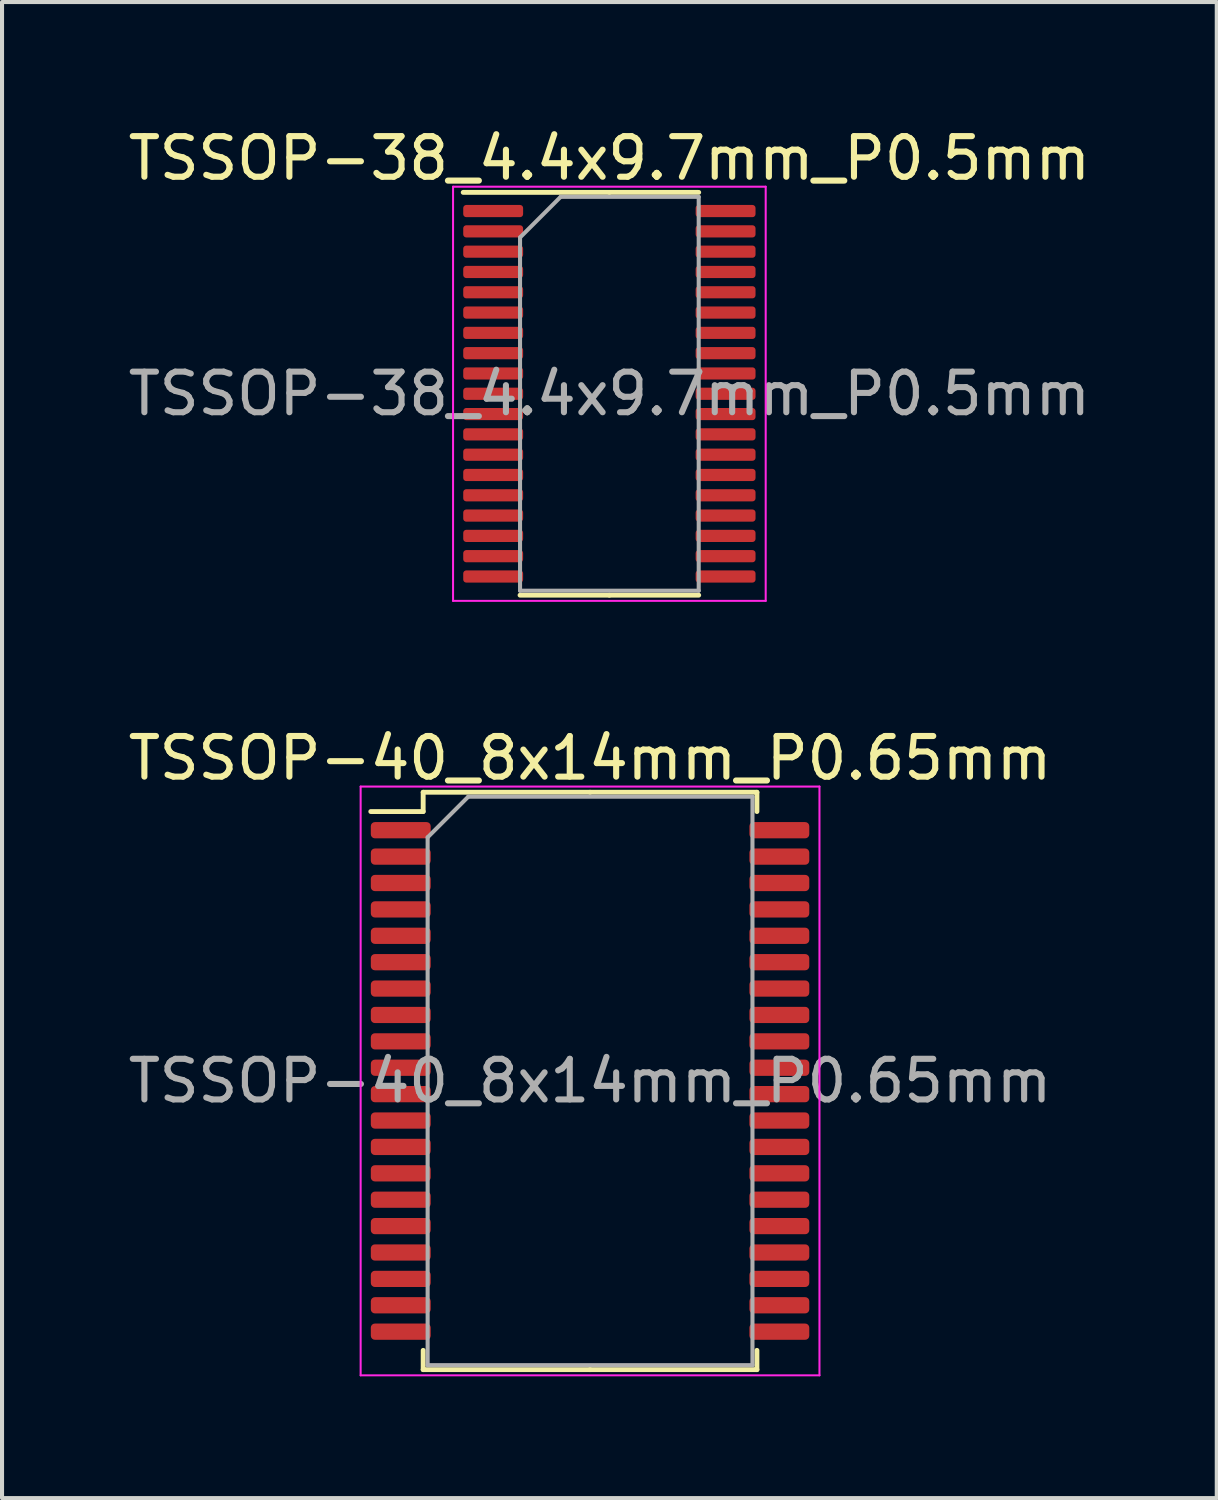
<source format=kicad_pcb>
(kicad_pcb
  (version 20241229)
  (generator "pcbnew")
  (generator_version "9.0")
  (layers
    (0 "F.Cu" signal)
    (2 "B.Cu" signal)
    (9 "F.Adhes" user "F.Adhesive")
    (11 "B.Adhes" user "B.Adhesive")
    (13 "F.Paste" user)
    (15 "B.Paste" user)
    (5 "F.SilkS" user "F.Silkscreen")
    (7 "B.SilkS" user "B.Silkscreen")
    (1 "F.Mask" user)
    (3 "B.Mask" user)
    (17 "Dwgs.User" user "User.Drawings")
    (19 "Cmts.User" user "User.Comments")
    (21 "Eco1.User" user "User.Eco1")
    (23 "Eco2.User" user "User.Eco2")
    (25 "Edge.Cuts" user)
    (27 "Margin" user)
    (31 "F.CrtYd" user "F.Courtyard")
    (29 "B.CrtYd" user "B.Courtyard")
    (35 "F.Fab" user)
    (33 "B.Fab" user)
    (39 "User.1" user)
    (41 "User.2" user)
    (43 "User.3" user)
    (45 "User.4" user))
  (footprint "TSSOP-38_4.4x9.7mm_P0.5mm"
    (layer "F.Cu")
    (at 11.958 6.648)
    (property "Reference" "TSSOP-38_4.4x9.7mm_P0.5mm" (at 0 -5.8 0) (layer "F.SilkS") (effects (font (size 1 1) (thickness 0.15))))
    (attr smd)
    (fp_line (start 0 -4.96) (end -3.6 -4.96) (stroke (width 0.12) (type solid)) (layer "F.SilkS"))
    (fp_line (start 0 -4.96) (end 2.2 -4.96) (stroke (width 0.12) (type solid)) (layer "F.SilkS"))
    (fp_line (start 0 4.96) (end -2.2 4.96) (stroke (width 0.12) (type solid)) (layer "F.SilkS"))
    (fp_line (start 0 4.96) (end 2.2 4.96) (stroke (width 0.12) (type solid)) (layer "F.SilkS"))
    (fp_line (start -3.85 -5.1) (end -3.85 5.1) (stroke (width 0.05) (type solid)) (layer "F.CrtYd"))
    (fp_line (start -3.85 5.1) (end 3.85 5.1) (stroke (width 0.05) (type solid)) (layer "F.CrtYd"))
    (fp_line (start 3.85 -5.1) (end -3.85 -5.1) (stroke (width 0.05) (type solid)) (layer "F.CrtYd"))
    (fp_line (start 3.85 5.1) (end 3.85 -5.1) (stroke (width 0.05) (type solid)) (layer "F.CrtYd"))
    (fp_line (start -2.2 -3.85) (end -1.2 -4.85) (stroke (width 0.1) (type solid)) (layer "F.Fab"))
    (fp_line (start -2.2 4.85) (end -2.2 -3.85) (stroke (width 0.1) (type solid)) (layer "F.Fab"))
    (fp_line (start -1.2 -4.85) (end 2.2 -4.85) (stroke (width 0.1) (type solid)) (layer "F.Fab"))
    (fp_line (start 2.2 -4.85) (end 2.2 4.85) (stroke (width 0.1) (type solid)) (layer "F.Fab"))
    (fp_line (start 2.2 4.85) (end -2.2 4.85) (stroke (width 0.1) (type solid)) (layer "F.Fab"))
    (fp_text user "${REFERENCE}" (at 0 0 0) (layer "F.Fab") (effects (font (size 1 1) (thickness 0.15))))
    (pad "1" smd roundrect (at -2.862 -4.5) (size 1.475 0.3) (layers "F.Cu" "F.Mask" "F.Paste") (roundrect_rratio 0.25))
    (pad "2" smd roundrect (at -2.862 -4) (size 1.475 0.3) (layers "F.Cu" "F.Mask" "F.Paste") (roundrect_rratio 0.25))
    (pad "3" smd roundrect (at -2.862 -3.5) (size 1.475 0.3) (layers "F.Cu" "F.Mask" "F.Paste") (roundrect_rratio 0.25))
    (pad "4" smd roundrect (at -2.862 -3) (size 1.475 0.3) (layers "F.Cu" "F.Mask" "F.Paste") (roundrect_rratio 0.25))
    (pad "5" smd roundrect (at -2.862 -2.5) (size 1.475 0.3) (layers "F.Cu" "F.Mask" "F.Paste") (roundrect_rratio 0.25))
    (pad "6" smd roundrect (at -2.862 -2) (size 1.475 0.3) (layers "F.Cu" "F.Mask" "F.Paste") (roundrect_rratio 0.25))
    (pad "7" smd roundrect (at -2.862 -1.5) (size 1.475 0.3) (layers "F.Cu" "F.Mask" "F.Paste") (roundrect_rratio 0.25))
    (pad "8" smd roundrect (at -2.862 -1) (size 1.475 0.3) (layers "F.Cu" "F.Mask" "F.Paste") (roundrect_rratio 0.25))
    (pad "9" smd roundrect (at -2.862 -0.5) (size 1.475 0.3) (layers "F.Cu" "F.Mask" "F.Paste") (roundrect_rratio 0.25))
    (pad "10" smd roundrect (at -2.862 0) (size 1.475 0.3) (layers "F.Cu" "F.Mask" "F.Paste") (roundrect_rratio 0.25))
    (pad "11" smd roundrect (at -2.862 0.5) (size 1.475 0.3) (layers "F.Cu" "F.Mask" "F.Paste") (roundrect_rratio 0.25))
    (pad "12" smd roundrect (at -2.862 1) (size 1.475 0.3) (layers "F.Cu" "F.Mask" "F.Paste") (roundrect_rratio 0.25))
    (pad "13" smd roundrect (at -2.862 1.5) (size 1.475 0.3) (layers "F.Cu" "F.Mask" "F.Paste") (roundrect_rratio 0.25))
    (pad "14" smd roundrect (at -2.862 2) (size 1.475 0.3) (layers "F.Cu" "F.Mask" "F.Paste") (roundrect_rratio 0.25))
    (pad "15" smd roundrect (at -2.862 2.5) (size 1.475 0.3) (layers "F.Cu" "F.Mask" "F.Paste") (roundrect_rratio 0.25))
    (pad "16" smd roundrect (at -2.862 3) (size 1.475 0.3) (layers "F.Cu" "F.Mask" "F.Paste") (roundrect_rratio 0.25))
    (pad "17" smd roundrect (at -2.862 3.5) (size 1.475 0.3) (layers "F.Cu" "F.Mask" "F.Paste") (roundrect_rratio 0.25))
    (pad "18" smd roundrect (at -2.862 4) (size 1.475 0.3) (layers "F.Cu" "F.Mask" "F.Paste") (roundrect_rratio 0.25))
    (pad "19" smd roundrect (at -2.862 4.5) (size 1.475 0.3) (layers "F.Cu" "F.Mask" "F.Paste") (roundrect_rratio 0.25))
    (pad "20" smd roundrect (at 2.862 4.5) (size 1.475 0.3) (layers "F.Cu" "F.Mask" "F.Paste") (roundrect_rratio 0.25))
    (pad "21" smd roundrect (at 2.862 4) (size 1.475 0.3) (layers "F.Cu" "F.Mask" "F.Paste") (roundrect_rratio 0.25))
    (pad "22" smd roundrect (at 2.862 3.5) (size 1.475 0.3) (layers "F.Cu" "F.Mask" "F.Paste") (roundrect_rratio 0.25))
    (pad "23" smd roundrect (at 2.862 3) (size 1.475 0.3) (layers "F.Cu" "F.Mask" "F.Paste") (roundrect_rratio 0.25))
    (pad "24" smd roundrect (at 2.862 2.5) (size 1.475 0.3) (layers "F.Cu" "F.Mask" "F.Paste") (roundrect_rratio 0.25))
    (pad "25" smd roundrect (at 2.862 2) (size 1.475 0.3) (layers "F.Cu" "F.Mask" "F.Paste") (roundrect_rratio 0.25))
    (pad "26" smd roundrect (at 2.862 1.5) (size 1.475 0.3) (layers "F.Cu" "F.Mask" "F.Paste") (roundrect_rratio 0.25))
    (pad "27" smd roundrect (at 2.862 1) (size 1.475 0.3) (layers "F.Cu" "F.Mask" "F.Paste") (roundrect_rratio 0.25))
    (pad "28" smd roundrect (at 2.862 0.5) (size 1.475 0.3) (layers "F.Cu" "F.Mask" "F.Paste") (roundrect_rratio 0.25))
    (pad "29" smd roundrect (at 2.862 0) (size 1.475 0.3) (layers "F.Cu" "F.Mask" "F.Paste") (roundrect_rratio 0.25))
    (pad "30" smd roundrect (at 2.862 -0.5) (size 1.475 0.3) (layers "F.Cu" "F.Mask" "F.Paste") (roundrect_rratio 0.25))
    (pad "31" smd roundrect (at 2.862 -1) (size 1.475 0.3) (layers "F.Cu" "F.Mask" "F.Paste") (roundrect_rratio 0.25))
    (pad "32" smd roundrect (at 2.862 -1.5) (size 1.475 0.3) (layers "F.Cu" "F.Mask" "F.Paste") (roundrect_rratio 0.25))
    (pad "33" smd roundrect (at 2.862 -2) (size 1.475 0.3) (layers "F.Cu" "F.Mask" "F.Paste") (roundrect_rratio 0.25))
    (pad "34" smd roundrect (at 2.862 -2.5) (size 1.475 0.3) (layers "F.Cu" "F.Mask" "F.Paste") (roundrect_rratio 0.25))
    (pad "35" smd roundrect (at 2.862 -3) (size 1.475 0.3) (layers "F.Cu" "F.Mask" "F.Paste") (roundrect_rratio 0.25))
    (pad "36" smd roundrect (at 2.862 -3.5) (size 1.475 0.3) (layers "F.Cu" "F.Mask" "F.Paste") (roundrect_rratio 0.25))
    (pad "37" smd roundrect (at 2.862 -4) (size 1.475 0.3) (layers "F.Cu" "F.Mask" "F.Paste") (roundrect_rratio 0.25))
    (pad "38" smd roundrect (at 2.862 -4.5) (size 1.475 0.3) (layers "F.Cu" "F.Mask" "F.Paste") (roundrect_rratio 0.25)))
  (footprint "TSSOP-40_8x14mm_P0.65mm"
    (layer "F.Cu")
    (at 11.482 23.572)
    (property "Reference" "TSSOP-40_8x14mm_P0.65mm" (at 0 -7.95 0) (layer "F.SilkS") (effects (font (size 1 1) (thickness 0.15))))
    (attr smd)
    (fp_line (start -4.11 -7.11) (end -4.11 -6.635) (stroke (width 0.12) (type solid)) (layer "F.SilkS"))
    (fp_line (start -4.11 -6.635) (end -5.4 -6.635) (stroke (width 0.12) (type solid)) (layer "F.SilkS"))
    (fp_line (start -4.11 7.11) (end -4.11 6.635) (stroke (width 0.12) (type solid)) (layer "F.SilkS"))
    (fp_line (start 0 -7.11) (end -4.11 -7.11) (stroke (width 0.12) (type solid)) (layer "F.SilkS"))
    (fp_line (start 0 -7.11) (end 4.11 -7.11) (stroke (width 0.12) (type solid)) (layer "F.SilkS"))
    (fp_line (start 0 7.11) (end -4.11 7.11) (stroke (width 0.12) (type solid)) (layer "F.SilkS"))
    (fp_line (start 0 7.11) (end 4.11 7.11) (stroke (width 0.12) (type solid)) (layer "F.SilkS"))
    (fp_line (start 4.11 -7.11) (end 4.11 -6.635) (stroke (width 0.12) (type solid)) (layer "F.SilkS"))
    (fp_line (start 4.11 7.11) (end 4.11 6.635) (stroke (width 0.12) (type solid)) (layer "F.SilkS"))
    (fp_line (start -5.65 -7.25) (end -5.65 7.25) (stroke (width 0.05) (type solid)) (layer "F.CrtYd"))
    (fp_line (start -5.65 7.25) (end 5.65 7.25) (stroke (width 0.05) (type solid)) (layer "F.CrtYd"))
    (fp_line (start 5.65 -7.25) (end -5.65 -7.25) (stroke (width 0.05) (type solid)) (layer "F.CrtYd"))
    (fp_line (start 5.65 7.25) (end 5.65 -7.25) (stroke (width 0.05) (type solid)) (layer "F.CrtYd"))
    (fp_line (start -4 -6) (end -3 -7) (stroke (width 0.1) (type solid)) (layer "F.Fab"))
    (fp_line (start -4 7) (end -4 -6) (stroke (width 0.1) (type solid)) (layer "F.Fab"))
    (fp_line (start -3 -7) (end 4 -7) (stroke (width 0.1) (type solid)) (layer "F.Fab"))
    (fp_line (start 4 -7) (end 4 7) (stroke (width 0.1) (type solid)) (layer "F.Fab"))
    (fp_line (start 4 7) (end -4 7) (stroke (width 0.1) (type solid)) (layer "F.Fab"))
    (fp_text user "${REFERENCE}" (at 0 0 0) (layer "F.Fab") (effects (font (size 1 1) (thickness 0.15))))
    (pad "1" smd roundrect (at -4.662 -6.175) (size 1.475 0.4) (layers "F.Cu" "F.Mask" "F.Paste") (roundrect_rratio 0.25))
    (pad "2" smd roundrect (at -4.662 -5.525) (size 1.475 0.4) (layers "F.Cu" "F.Mask" "F.Paste") (roundrect_rratio 0.25))
    (pad "3" smd roundrect (at -4.662 -4.875) (size 1.475 0.4) (layers "F.Cu" "F.Mask" "F.Paste") (roundrect_rratio 0.25))
    (pad "4" smd roundrect (at -4.662 -4.225) (size 1.475 0.4) (layers "F.Cu" "F.Mask" "F.Paste") (roundrect_rratio 0.25))
    (pad "5" smd roundrect (at -4.662 -3.575) (size 1.475 0.4) (layers "F.Cu" "F.Mask" "F.Paste") (roundrect_rratio 0.25))
    (pad "6" smd roundrect (at -4.662 -2.925) (size 1.475 0.4) (layers "F.Cu" "F.Mask" "F.Paste") (roundrect_rratio 0.25))
    (pad "7" smd roundrect (at -4.662 -2.275) (size 1.475 0.4) (layers "F.Cu" "F.Mask" "F.Paste") (roundrect_rratio 0.25))
    (pad "8" smd roundrect (at -4.662 -1.625) (size 1.475 0.4) (layers "F.Cu" "F.Mask" "F.Paste") (roundrect_rratio 0.25))
    (pad "9" smd roundrect (at -4.662 -0.975) (size 1.475 0.4) (layers "F.Cu" "F.Mask" "F.Paste") (roundrect_rratio 0.25))
    (pad "10" smd roundrect (at -4.662 -0.325) (size 1.475 0.4) (layers "F.Cu" "F.Mask" "F.Paste") (roundrect_rratio 0.25))
    (pad "11" smd roundrect (at -4.662 0.325) (size 1.475 0.4) (layers "F.Cu" "F.Mask" "F.Paste") (roundrect_rratio 0.25))
    (pad "12" smd roundrect (at -4.662 0.975) (size 1.475 0.4) (layers "F.Cu" "F.Mask" "F.Paste") (roundrect_rratio 0.25))
    (pad "13" smd roundrect (at -4.662 1.625) (size 1.475 0.4) (layers "F.Cu" "F.Mask" "F.Paste") (roundrect_rratio 0.25))
    (pad "14" smd roundrect (at -4.662 2.275) (size 1.475 0.4) (layers "F.Cu" "F.Mask" "F.Paste") (roundrect_rratio 0.25))
    (pad "15" smd roundrect (at -4.662 2.925) (size 1.475 0.4) (layers "F.Cu" "F.Mask" "F.Paste") (roundrect_rratio 0.25))
    (pad "16" smd roundrect (at -4.662 3.575) (size 1.475 0.4) (layers "F.Cu" "F.Mask" "F.Paste") (roundrect_rratio 0.25))
    (pad "17" smd roundrect (at -4.662 4.225) (size 1.475 0.4) (layers "F.Cu" "F.Mask" "F.Paste") (roundrect_rratio 0.25))
    (pad "18" smd roundrect (at -4.662 4.875) (size 1.475 0.4) (layers "F.Cu" "F.Mask" "F.Paste") (roundrect_rratio 0.25))
    (pad "19" smd roundrect (at -4.662 5.525) (size 1.475 0.4) (layers "F.Cu" "F.Mask" "F.Paste") (roundrect_rratio 0.25))
    (pad "20" smd roundrect (at -4.662 6.175) (size 1.475 0.4) (layers "F.Cu" "F.Mask" "F.Paste") (roundrect_rratio 0.25))
    (pad "21" smd roundrect (at 4.662 6.175) (size 1.475 0.4) (layers "F.Cu" "F.Mask" "F.Paste") (roundrect_rratio 0.25))
    (pad "22" smd roundrect (at 4.662 5.525) (size 1.475 0.4) (layers "F.Cu" "F.Mask" "F.Paste") (roundrect_rratio 0.25))
    (pad "23" smd roundrect (at 4.662 4.875) (size 1.475 0.4) (layers "F.Cu" "F.Mask" "F.Paste") (roundrect_rratio 0.25))
    (pad "24" smd roundrect (at 4.662 4.225) (size 1.475 0.4) (layers "F.Cu" "F.Mask" "F.Paste") (roundrect_rratio 0.25))
    (pad "25" smd roundrect (at 4.662 3.575) (size 1.475 0.4) (layers "F.Cu" "F.Mask" "F.Paste") (roundrect_rratio 0.25))
    (pad "26" smd roundrect (at 4.662 2.925) (size 1.475 0.4) (layers "F.Cu" "F.Mask" "F.Paste") (roundrect_rratio 0.25))
    (pad "27" smd roundrect (at 4.662 2.275) (size 1.475 0.4) (layers "F.Cu" "F.Mask" "F.Paste") (roundrect_rratio 0.25))
    (pad "28" smd roundrect (at 4.662 1.625) (size 1.475 0.4) (layers "F.Cu" "F.Mask" "F.Paste") (roundrect_rratio 0.25))
    (pad "29" smd roundrect (at 4.662 0.975) (size 1.475 0.4) (layers "F.Cu" "F.Mask" "F.Paste") (roundrect_rratio 0.25))
    (pad "30" smd roundrect (at 4.662 0.325) (size 1.475 0.4) (layers "F.Cu" "F.Mask" "F.Paste") (roundrect_rratio 0.25))
    (pad "31" smd roundrect (at 4.662 -0.325) (size 1.475 0.4) (layers "F.Cu" "F.Mask" "F.Paste") (roundrect_rratio 0.25))
    (pad "32" smd roundrect (at 4.662 -0.975) (size 1.475 0.4) (layers "F.Cu" "F.Mask" "F.Paste") (roundrect_rratio 0.25))
    (pad "33" smd roundrect (at 4.662 -1.625) (size 1.475 0.4) (layers "F.Cu" "F.Mask" "F.Paste") (roundrect_rratio 0.25))
    (pad "34" smd roundrect (at 4.662 -2.275) (size 1.475 0.4) (layers "F.Cu" "F.Mask" "F.Paste") (roundrect_rratio 0.25))
    (pad "35" smd roundrect (at 4.662 -2.925) (size 1.475 0.4) (layers "F.Cu" "F.Mask" "F.Paste") (roundrect_rratio 0.25))
    (pad "36" smd roundrect (at 4.662 -3.575) (size 1.475 0.4) (layers "F.Cu" "F.Mask" "F.Paste") (roundrect_rratio 0.25))
    (pad "37" smd roundrect (at 4.662 -4.225) (size 1.475 0.4) (layers "F.Cu" "F.Mask" "F.Paste") (roundrect_rratio 0.25))
    (pad "38" smd roundrect (at 4.662 -4.875) (size 1.475 0.4) (layers "F.Cu" "F.Mask" "F.Paste") (roundrect_rratio 0.25))
    (pad "39" smd roundrect (at 4.662 -5.525) (size 1.475 0.4) (layers "F.Cu" "F.Mask" "F.Paste") (roundrect_rratio 0.25))
    (pad "40" smd roundrect (at 4.662 -6.175) (size 1.475 0.4) (layers "F.Cu" "F.Mask" "F.Paste") (roundrect_rratio 0.25)))
  (gr_rect
    (start -3 -3)
    (end 26.917 33.846)
    (stroke (width 0.1) (type default))
    (fill no)
    (layer "Edge.Cuts")))
</source>
